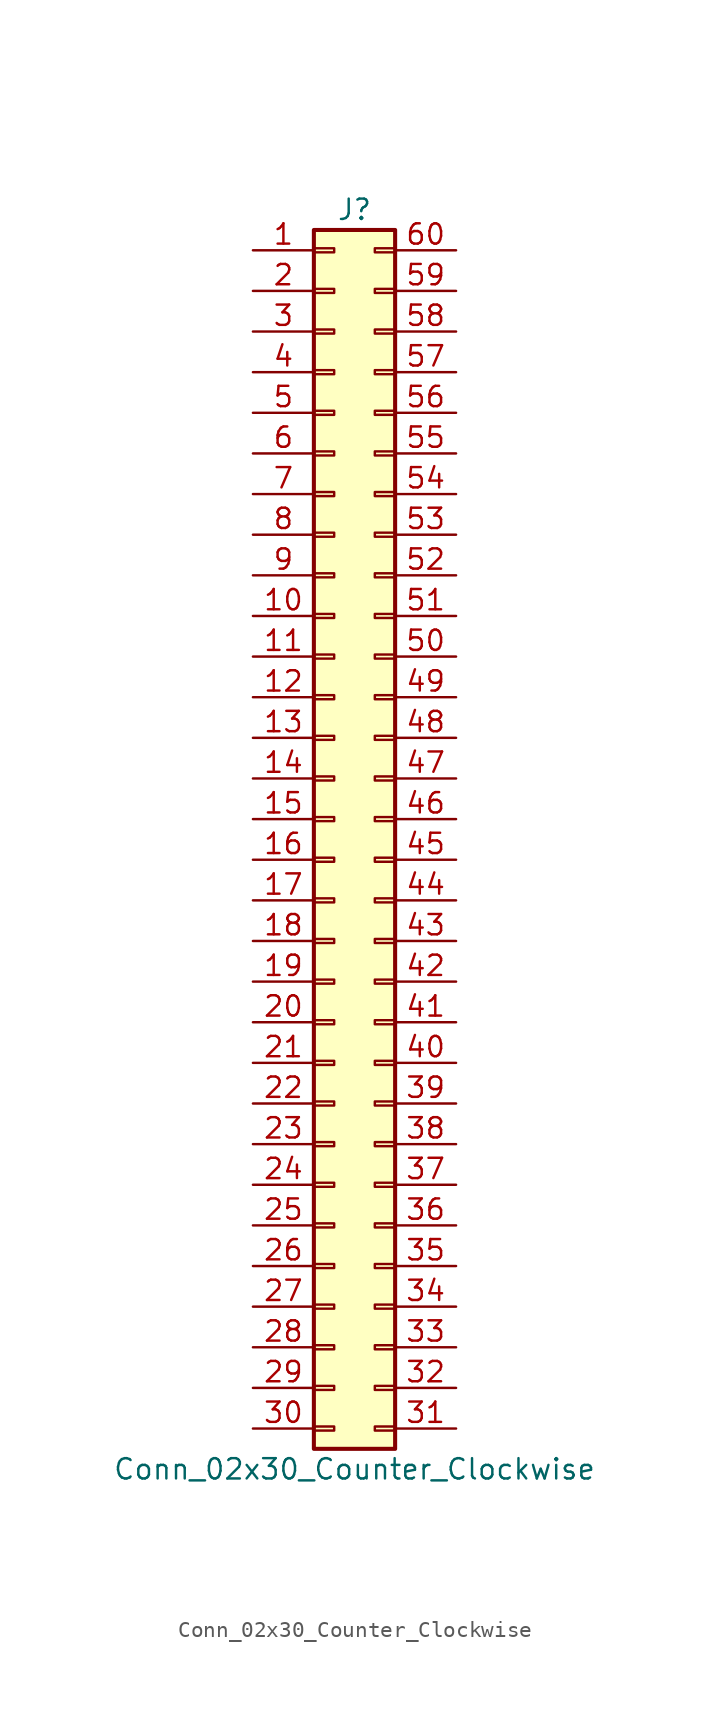
<source format=kicad_sym>
(kicad_symbol_lib
  (version 20201005)
  (generator kicad_symbol_editor)
  (symbol "Conn_02x30_Counter_Clockwise"
    (pin_names
      (offset 1.016) hide)
    (property "Reference" "J"
      (at 1.27 38.1 0)
      (effects (font (size 1.27 1.27))))
    (property "Value" "Conn_02x30_Counter_Clockwise"
      (at 1.27 -40.64 0)
      (effects (font (size 1.27 1.27))))
    (symbol "Conn_02x30_Counter_Clockwise_1_1"
      (rectangle (start -1.27 -37.973) (end 0 -38.227) (stroke (width 0.152)) (fill (type none)))
      (rectangle (start -1.27 -35.433) (end 0 -35.687) (stroke (width 0.152)) (fill (type none)))
      (rectangle (start -1.27 -32.893) (end 0 -33.147) (stroke (width 0.152)) (fill (type none)))
      (rectangle (start -1.27 -30.353) (end 0 -30.607) (stroke (width 0.152)) (fill (type none)))
      (rectangle (start -1.27 -27.813) (end 0 -28.067) (stroke (width 0.152)) (fill (type none)))
      (rectangle (start -1.27 -25.273) (end 0 -25.527) (stroke (width 0.152)) (fill (type none)))
      (rectangle (start -1.27 -22.733) (end 0 -22.987) (stroke (width 0.152)) (fill (type none)))
      (rectangle (start -1.27 -20.193) (end 0 -20.447) (stroke (width 0.152)) (fill (type none)))
      (rectangle (start -1.27 -17.653) (end 0 -17.907) (stroke (width 0.152)) (fill (type none)))
      (rectangle (start -1.27 -15.113) (end 0 -15.367) (stroke (width 0.152)) (fill (type none)))
      (rectangle (start -1.27 -12.573) (end 0 -12.827) (stroke (width 0.152)) (fill (type none)))
      (rectangle (start -1.27 -10.033) (end 0 -10.287) (stroke (width 0.152)) (fill (type none)))
      (rectangle (start -1.27 -7.493) (end 0 -7.747) (stroke (width 0.152)) (fill (type none)))
      (rectangle (start -1.27 -4.953) (end 0 -5.207) (stroke (width 0.152)) (fill (type none)))
      (rectangle (start -1.27 -2.413) (end 0 -2.667) (stroke (width 0.152)) (fill (type none)))
      (rectangle (start -1.27 0.127) (end 0 -0.127) (stroke (width 0.152)) (fill (type none)))
      (rectangle (start -1.27 2.667) (end 0 2.413) (stroke (width 0.152)) (fill (type none)))
      (rectangle (start -1.27 5.207) (end 0 4.953) (stroke (width 0.152)) (fill (type none)))
      (rectangle (start -1.27 7.747) (end 0 7.493) (stroke (width 0.152)) (fill (type none)))
      (rectangle (start -1.27 10.287) (end 0 10.033) (stroke (width 0.152)) (fill (type none)))
      (rectangle (start -1.27 12.827) (end 0 12.573) (stroke (width 0.152)) (fill (type none)))
      (rectangle (start -1.27 15.367) (end 0 15.113) (stroke (width 0.152)) (fill (type none)))
      (rectangle (start -1.27 17.907) (end 0 17.653) (stroke (width 0.152)) (fill (type none)))
      (rectangle (start -1.27 20.447) (end 0 20.193) (stroke (width 0.152)) (fill (type none)))
      (rectangle (start -1.27 22.987) (end 0 22.733) (stroke (width 0.152)) (fill (type none)))
      (rectangle (start -1.27 25.527) (end 0 25.273) (stroke (width 0.152)) (fill (type none)))
      (rectangle (start -1.27 28.067) (end 0 27.813) (stroke (width 0.152)) (fill (type none)))
      (rectangle (start -1.27 30.607) (end 0 30.353) (stroke (width 0.152)) (fill (type none)))
      (rectangle (start -1.27 33.147) (end 0 32.893) (stroke (width 0.152)) (fill (type none)))
      (rectangle (start -1.27 35.687) (end 0 35.433) (stroke (width 0.152)) (fill (type none)))
      (rectangle (start -1.27 36.83) (end 3.81 -39.37) (stroke (width 0.254)) (fill (type background)))
      (rectangle (start 3.81 -37.973) (end 2.54 -38.227) (stroke (width 0.152)) (fill (type none)))
      (rectangle (start 3.81 -35.433) (end 2.54 -35.687) (stroke (width 0.152)) (fill (type none)))
      (rectangle (start 3.81 -32.893) (end 2.54 -33.147) (stroke (width 0.152)) (fill (type none)))
      (rectangle (start 3.81 -30.353) (end 2.54 -30.607) (stroke (width 0.152)) (fill (type none)))
      (rectangle (start 3.81 -27.813) (end 2.54 -28.067) (stroke (width 0.152)) (fill (type none)))
      (rectangle (start 3.81 -25.273) (end 2.54 -25.527) (stroke (width 0.152)) (fill (type none)))
      (rectangle (start 3.81 -22.733) (end 2.54 -22.987) (stroke (width 0.152)) (fill (type none)))
      (rectangle (start 3.81 -20.193) (end 2.54 -20.447) (stroke (width 0.152)) (fill (type none)))
      (rectangle (start 3.81 -17.653) (end 2.54 -17.907) (stroke (width 0.152)) (fill (type none)))
      (rectangle (start 3.81 -15.113) (end 2.54 -15.367) (stroke (width 0.152)) (fill (type none)))
      (rectangle (start 3.81 -12.573) (end 2.54 -12.827) (stroke (width 0.152)) (fill (type none)))
      (rectangle (start 3.81 -10.033) (end 2.54 -10.287) (stroke (width 0.152)) (fill (type none)))
      (rectangle (start 3.81 -7.493) (end 2.54 -7.747) (stroke (width 0.152)) (fill (type none)))
      (rectangle (start 3.81 -4.953) (end 2.54 -5.207) (stroke (width 0.152)) (fill (type none)))
      (rectangle (start 3.81 -2.413) (end 2.54 -2.667) (stroke (width 0.152)) (fill (type none)))
      (rectangle (start 3.81 0.127) (end 2.54 -0.127) (stroke (width 0.152)) (fill (type none)))
      (rectangle (start 3.81 2.667) (end 2.54 2.413) (stroke (width 0.152)) (fill (type none)))
      (rectangle (start 3.81 5.207) (end 2.54 4.953) (stroke (width 0.152)) (fill (type none)))
      (rectangle (start 3.81 7.747) (end 2.54 7.493) (stroke (width 0.152)) (fill (type none)))
      (rectangle (start 3.81 10.287) (end 2.54 10.033) (stroke (width 0.152)) (fill (type none)))
      (rectangle (start 3.81 12.827) (end 2.54 12.573) (stroke (width 0.152)) (fill (type none)))
      (rectangle (start 3.81 15.367) (end 2.54 15.113) (stroke (width 0.152)) (fill (type none)))
      (rectangle (start 3.81 17.907) (end 2.54 17.653) (stroke (width 0.152)) (fill (type none)))
      (rectangle (start 3.81 20.447) (end 2.54 20.193) (stroke (width 0.152)) (fill (type none)))
      (rectangle (start 3.81 22.987) (end 2.54 22.733) (stroke (width 0.152)) (fill (type none)))
      (rectangle (start 3.81 25.527) (end 2.54 25.273) (stroke (width 0.152)) (fill (type none)))
      (rectangle (start 3.81 28.067) (end 2.54 27.813) (stroke (width 0.152)) (fill (type none)))
      (rectangle (start 3.81 30.607) (end 2.54 30.353) (stroke (width 0.152)) (fill (type none)))
      (rectangle (start 3.81 33.147) (end 2.54 32.893) (stroke (width 0.152)) (fill (type none)))
      (rectangle (start 3.81 35.687) (end 2.54 35.433) (stroke (width 0.152)) (fill (type none)))
      (pin passive line (at -5.08 35.56 0) (length 3.81) (name "Pin_1" (effects (font (size 1.27 1.27)))) (number "1" (effects (font (size 1.27 1.27)))))
      (pin passive line (at -5.08 12.7 0) (length 3.81) (name "Pin_10" (effects (font (size 1.27 1.27)))) (number "10" (effects (font (size 1.27 1.27)))))
      (pin passive line (at -5.08 10.16 0) (length 3.81) (name "Pin_11" (effects (font (size 1.27 1.27)))) (number "11" (effects (font (size 1.27 1.27)))))
      (pin passive line (at -5.08 7.62 0) (length 3.81) (name "Pin_12" (effects (font (size 1.27 1.27)))) (number "12" (effects (font (size 1.27 1.27)))))
      (pin passive line (at -5.08 5.08 0) (length 3.81) (name "Pin_13" (effects (font (size 1.27 1.27)))) (number "13" (effects (font (size 1.27 1.27)))))
      (pin passive line (at -5.08 2.54 0) (length 3.81) (name "Pin_14" (effects (font (size 1.27 1.27)))) (number "14" (effects (font (size 1.27 1.27)))))
      (pin passive line (at -5.08 0 0) (length 3.81) (name "Pin_15" (effects (font (size 1.27 1.27)))) (number "15" (effects (font (size 1.27 1.27)))))
      (pin passive line (at -5.08 -2.54 0) (length 3.81) (name "Pin_16" (effects (font (size 1.27 1.27)))) (number "16" (effects (font (size 1.27 1.27)))))
      (pin passive line (at -5.08 -5.08 0) (length 3.81) (name "Pin_17" (effects (font (size 1.27 1.27)))) (number "17" (effects (font (size 1.27 1.27)))))
      (pin passive line (at -5.08 -7.62 0) (length 3.81) (name "Pin_18" (effects (font (size 1.27 1.27)))) (number "18" (effects (font (size 1.27 1.27)))))
      (pin passive line (at -5.08 -10.16 0) (length 3.81) (name "Pin_19" (effects (font (size 1.27 1.27)))) (number "19" (effects (font (size 1.27 1.27)))))
      (pin passive line (at -5.08 33.02 0) (length 3.81) (name "Pin_2" (effects (font (size 1.27 1.27)))) (number "2" (effects (font (size 1.27 1.27)))))
      (pin passive line (at -5.08 -12.7 0) (length 3.81) (name "Pin_20" (effects (font (size 1.27 1.27)))) (number "20" (effects (font (size 1.27 1.27)))))
      (pin passive line (at -5.08 -15.24 0) (length 3.81) (name "Pin_21" (effects (font (size 1.27 1.27)))) (number "21" (effects (font (size 1.27 1.27)))))
      (pin passive line (at -5.08 -17.78 0) (length 3.81) (name "Pin_22" (effects (font (size 1.27 1.27)))) (number "22" (effects (font (size 1.27 1.27)))))
      (pin passive line (at -5.08 -20.32 0) (length 3.81) (name "Pin_23" (effects (font (size 1.27 1.27)))) (number "23" (effects (font (size 1.27 1.27)))))
      (pin passive line (at -5.08 -22.86 0) (length 3.81) (name "Pin_24" (effects (font (size 1.27 1.27)))) (number "24" (effects (font (size 1.27 1.27)))))
      (pin passive line (at -5.08 -25.4 0) (length 3.81) (name "Pin_25" (effects (font (size 1.27 1.27)))) (number "25" (effects (font (size 1.27 1.27)))))
      (pin passive line (at -5.08 -27.94 0) (length 3.81) (name "Pin_26" (effects (font (size 1.27 1.27)))) (number "26" (effects (font (size 1.27 1.27)))))
      (pin passive line (at -5.08 -30.48 0) (length 3.81) (name "Pin_27" (effects (font (size 1.27 1.27)))) (number "27" (effects (font (size 1.27 1.27)))))
      (pin passive line (at -5.08 -33.02 0) (length 3.81) (name "Pin_28" (effects (font (size 1.27 1.27)))) (number "28" (effects (font (size 1.27 1.27)))))
      (pin passive line (at -5.08 -35.56 0) (length 3.81) (name "Pin_29" (effects (font (size 1.27 1.27)))) (number "29" (effects (font (size 1.27 1.27)))))
      (pin passive line (at -5.08 30.48 0) (length 3.81) (name "Pin_3" (effects (font (size 1.27 1.27)))) (number "3" (effects (font (size 1.27 1.27)))))
      (pin passive line (at -5.08 -38.1 0) (length 3.81) (name "Pin_30" (effects (font (size 1.27 1.27)))) (number "30" (effects (font (size 1.27 1.27)))))
      (pin passive line (at 7.62 -38.1 180) (length 3.81) (name "Pin_31" (effects (font (size 1.27 1.27)))) (number "31" (effects (font (size 1.27 1.27)))))
      (pin passive line (at 7.62 -35.56 180) (length 3.81) (name "Pin_32" (effects (font (size 1.27 1.27)))) (number "32" (effects (font (size 1.27 1.27)))))
      (pin passive line (at 7.62 -33.02 180) (length 3.81) (name "Pin_33" (effects (font (size 1.27 1.27)))) (number "33" (effects (font (size 1.27 1.27)))))
      (pin passive line (at 7.62 -30.48 180) (length 3.81) (name "Pin_34" (effects (font (size 1.27 1.27)))) (number "34" (effects (font (size 1.27 1.27)))))
      (pin passive line (at 7.62 -27.94 180) (length 3.81) (name "Pin_35" (effects (font (size 1.27 1.27)))) (number "35" (effects (font (size 1.27 1.27)))))
      (pin passive line (at 7.62 -25.4 180) (length 3.81) (name "Pin_36" (effects (font (size 1.27 1.27)))) (number "36" (effects (font (size 1.27 1.27)))))
      (pin passive line (at 7.62 -22.86 180) (length 3.81) (name "Pin_37" (effects (font (size 1.27 1.27)))) (number "37" (effects (font (size 1.27 1.27)))))
      (pin passive line (at 7.62 -20.32 180) (length 3.81) (name "Pin_38" (effects (font (size 1.27 1.27)))) (number "38" (effects (font (size 1.27 1.27)))))
      (pin passive line (at 7.62 -17.78 180) (length 3.81) (name "Pin_39" (effects (font (size 1.27 1.27)))) (number "39" (effects (font (size 1.27 1.27)))))
      (pin passive line (at -5.08 27.94 0) (length 3.81) (name "Pin_4" (effects (font (size 1.27 1.27)))) (number "4" (effects (font (size 1.27 1.27)))))
      (pin passive line (at 7.62 -15.24 180) (length 3.81) (name "Pin_40" (effects (font (size 1.27 1.27)))) (number "40" (effects (font (size 1.27 1.27)))))
      (pin passive line (at 7.62 -12.7 180) (length 3.81) (name "Pin_41" (effects (font (size 1.27 1.27)))) (number "41" (effects (font (size 1.27 1.27)))))
      (pin passive line (at 7.62 -10.16 180) (length 3.81) (name "Pin_42" (effects (font (size 1.27 1.27)))) (number "42" (effects (font (size 1.27 1.27)))))
      (pin passive line (at 7.62 -7.62 180) (length 3.81) (name "Pin_43" (effects (font (size 1.27 1.27)))) (number "43" (effects (font (size 1.27 1.27)))))
      (pin passive line (at 7.62 -5.08 180) (length 3.81) (name "Pin_44" (effects (font (size 1.27 1.27)))) (number "44" (effects (font (size 1.27 1.27)))))
      (pin passive line (at 7.62 -2.54 180) (length 3.81) (name "Pin_45" (effects (font (size 1.27 1.27)))) (number "45" (effects (font (size 1.27 1.27)))))
      (pin passive line (at 7.62 0 180) (length 3.81) (name "Pin_46" (effects (font (size 1.27 1.27)))) (number "46" (effects (font (size 1.27 1.27)))))
      (pin passive line (at 7.62 2.54 180) (length 3.81) (name "Pin_47" (effects (font (size 1.27 1.27)))) (number "47" (effects (font (size 1.27 1.27)))))
      (pin passive line (at 7.62 5.08 180) (length 3.81) (name "Pin_48" (effects (font (size 1.27 1.27)))) (number "48" (effects (font (size 1.27 1.27)))))
      (pin passive line (at 7.62 7.62 180) (length 3.81) (name "Pin_49" (effects (font (size 1.27 1.27)))) (number "49" (effects (font (size 1.27 1.27)))))
      (pin passive line (at -5.08 25.4 0) (length 3.81) (name "Pin_5" (effects (font (size 1.27 1.27)))) (number "5" (effects (font (size 1.27 1.27)))))
      (pin passive line (at 7.62 10.16 180) (length 3.81) (name "Pin_50" (effects (font (size 1.27 1.27)))) (number "50" (effects (font (size 1.27 1.27)))))
      (pin passive line (at 7.62 12.7 180) (length 3.81) (name "Pin_51" (effects (font (size 1.27 1.27)))) (number "51" (effects (font (size 1.27 1.27)))))
      (pin passive line (at 7.62 15.24 180) (length 3.81) (name "Pin_52" (effects (font (size 1.27 1.27)))) (number "52" (effects (font (size 1.27 1.27)))))
      (pin passive line (at 7.62 17.78 180) (length 3.81) (name "Pin_53" (effects (font (size 1.27 1.27)))) (number "53" (effects (font (size 1.27 1.27)))))
      (pin passive line (at 7.62 20.32 180) (length 3.81) (name "Pin_54" (effects (font (size 1.27 1.27)))) (number "54" (effects (font (size 1.27 1.27)))))
      (pin passive line (at 7.62 22.86 180) (length 3.81) (name "Pin_55" (effects (font (size 1.27 1.27)))) (number "55" (effects (font (size 1.27 1.27)))))
      (pin passive line (at 7.62 25.4 180) (length 3.81) (name "Pin_56" (effects (font (size 1.27 1.27)))) (number "56" (effects (font (size 1.27 1.27)))))
      (pin passive line (at 7.62 27.94 180) (length 3.81) (name "Pin_57" (effects (font (size 1.27 1.27)))) (number "57" (effects (font (size 1.27 1.27)))))
      (pin passive line (at 7.62 30.48 180) (length 3.81) (name "Pin_58" (effects (font (size 1.27 1.27)))) (number "58" (effects (font (size 1.27 1.27)))))
      (pin passive line (at 7.62 33.02 180) (length 3.81) (name "Pin_59" (effects (font (size 1.27 1.27)))) (number "59" (effects (font (size 1.27 1.27)))))
      (pin passive line (at -5.08 22.86 0) (length 3.81) (name "Pin_6" (effects (font (size 1.27 1.27)))) (number "6" (effects (font (size 1.27 1.27)))))
      (pin passive line (at 7.62 35.56 180) (length 3.81) (name "Pin_60" (effects (font (size 1.27 1.27)))) (number "60" (effects (font (size 1.27 1.27)))))
      (pin passive line (at -5.08 20.32 0) (length 3.81) (name "Pin_7" (effects (font (size 1.27 1.27)))) (number "7" (effects (font (size 1.27 1.27)))))
      (pin passive line (at -5.08 17.78 0) (length 3.81) (name "Pin_8" (effects (font (size 1.27 1.27)))) (number "8" (effects (font (size 1.27 1.27)))))
      (pin passive line (at -5.08 15.24 0) (length 3.81) (name "Pin_9" (effects (font (size 1.27 1.27)))) (number "9" (effects (font (size 1.27 1.27))))))))
</source>
